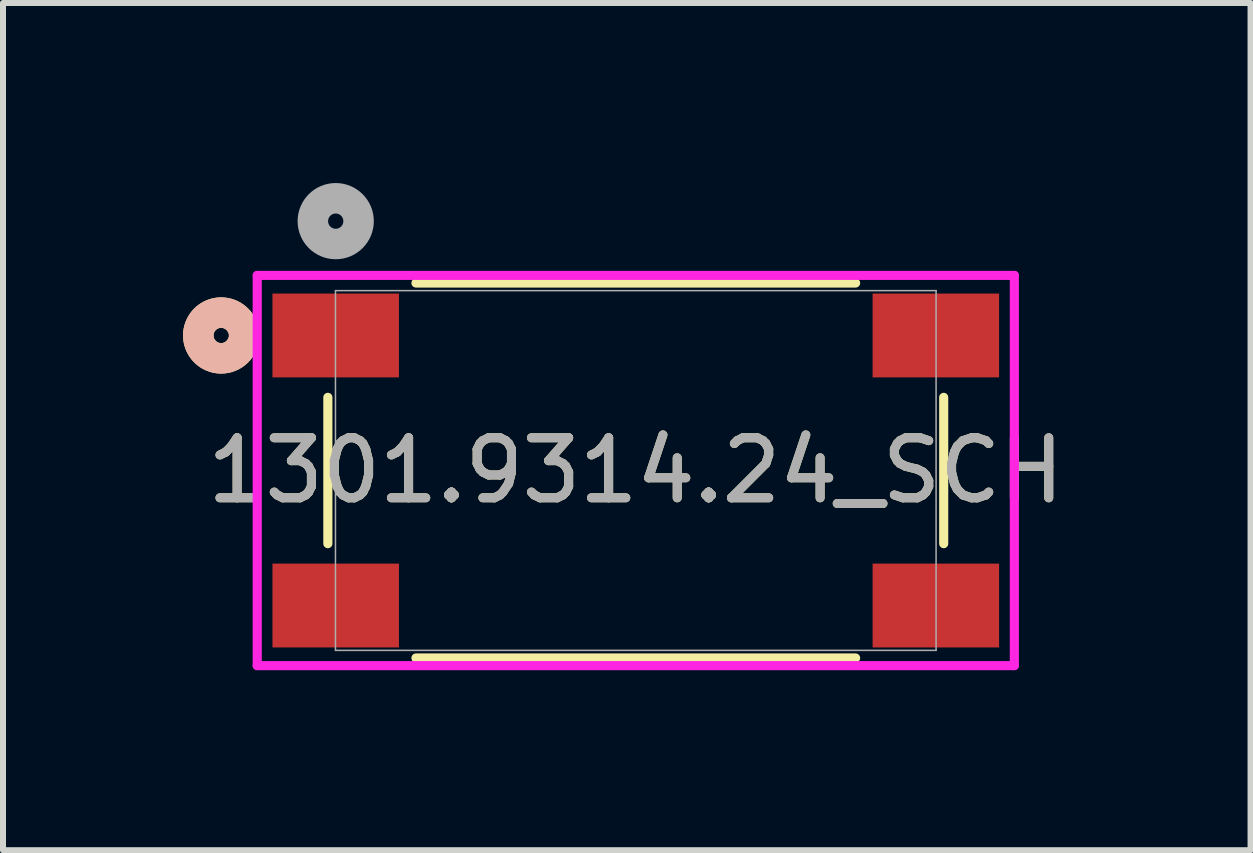
<source format=kicad_pcb>
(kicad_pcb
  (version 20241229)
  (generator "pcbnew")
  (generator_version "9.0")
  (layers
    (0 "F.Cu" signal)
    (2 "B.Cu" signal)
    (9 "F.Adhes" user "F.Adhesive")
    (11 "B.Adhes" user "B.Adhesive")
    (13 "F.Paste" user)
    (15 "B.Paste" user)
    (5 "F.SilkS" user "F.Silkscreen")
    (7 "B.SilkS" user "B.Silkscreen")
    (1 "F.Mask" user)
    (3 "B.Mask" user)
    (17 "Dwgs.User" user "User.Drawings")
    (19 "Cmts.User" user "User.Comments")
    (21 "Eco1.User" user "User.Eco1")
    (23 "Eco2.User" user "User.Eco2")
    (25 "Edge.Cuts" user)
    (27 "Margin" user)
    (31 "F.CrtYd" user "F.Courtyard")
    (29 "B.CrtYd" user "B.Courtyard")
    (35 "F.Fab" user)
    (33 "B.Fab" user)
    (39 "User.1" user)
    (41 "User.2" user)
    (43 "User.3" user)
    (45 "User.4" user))
  (footprint "1301.9314.24_SCH"
    (layer "F.Cu")
    (at 7.544 4.79)
    (property "Reference" "1301.9314.24_SCH" (at 0 0 0) (unlocked yes) (layer "F.SilkS") (effects (font (size 1 1) (thickness 0.15))))
    (attr smd)
    (fp_line (start -5.131 -1.219) (end -5.131 1.219) (stroke (width 0.152) (type solid)) (layer "F.SilkS"))
    (fp_line (start -3.663 3.124) (end 3.663 3.124) (stroke (width 0.152) (type solid)) (layer "F.SilkS"))
    (fp_line (start 3.663 -3.124) (end -3.663 -3.124) (stroke (width 0.152) (type solid)) (layer "F.SilkS"))
    (fp_line (start 5.131 1.219) (end 5.131 -1.219) (stroke (width 0.152) (type solid)) (layer "F.SilkS"))
    (fp_arc (start -6.56464 -2.086554) (mid -7.2898 -2.25) (end -6.56464 -2.413448) (stroke (width 0.508) (type solid)) (layer "F.SilkS"))
    (fp_circle (center -6.909 -2.25) (end -6.528 -2.25) (stroke (width 0.508) (type solid)) (fill no) (layer "B.SilkS"))
    (fp_line (start -6.308 -3.251) (end -6.308 3.251) (stroke (width 0.152) (type solid)) (layer "F.CrtYd"))
    (fp_line (start -6.308 3.251) (end 6.308 3.251) (stroke (width 0.152) (type solid)) (layer "F.CrtYd"))
    (fp_line (start 6.308 -3.251) (end -6.308 -3.251) (stroke (width 0.152) (type solid)) (layer "F.CrtYd"))
    (fp_line (start 6.308 3.251) (end 6.308 -3.251) (stroke (width 0.152) (type solid)) (layer "F.CrtYd"))
    (fp_line (start -5.004 -2.997) (end -5.004 2.997) (stroke (width 0.025) (type solid)) (layer "F.Fab"))
    (fp_line (start -5.004 2.997) (end 5.004 2.997) (stroke (width 0.025) (type solid)) (layer "F.Fab"))
    (fp_line (start 5.004 -2.997) (end -5.004 -2.997) (stroke (width 0.025) (type solid)) (layer "F.Fab"))
    (fp_line (start 5.004 2.997) (end 5.004 -2.997) (stroke (width 0.025) (type solid)) (layer "F.Fab"))
    (fp_circle (center -5 -4.155) (end -4.619 -4.155) (stroke (width 0.508) (type solid)) (fill no) (layer "F.Fab"))
    (fp_text user "${REFERENCE}" (at 0 0 0) (unlocked yes) (layer "F.Fab") (effects (font (size 1 1) (thickness 0.15))))
    (pad "1" smd rect (at -5 -2.25) (size 2.108 1.397) (layers "F.Cu" "F.Mask" "F.Paste"))
    (pad "2" smd rect (at 5 -2.25) (size 2.108 1.397) (layers "F.Cu" "F.Mask" "F.Paste"))
    (pad "3" smd rect (at -5 2.25) (size 2.108 1.397) (layers "F.Cu" "F.Mask" "F.Paste"))
    (pad "4" smd rect (at 5 2.25) (size 2.108 1.397) (layers "F.Cu" "F.Mask" "F.Paste")))
  (gr_rect
    (start -3 -3)
    (end 17.788 11.117)
    (stroke (width 0.1) (type default))
    (fill no)
    (layer "Edge.Cuts")))
</source>
